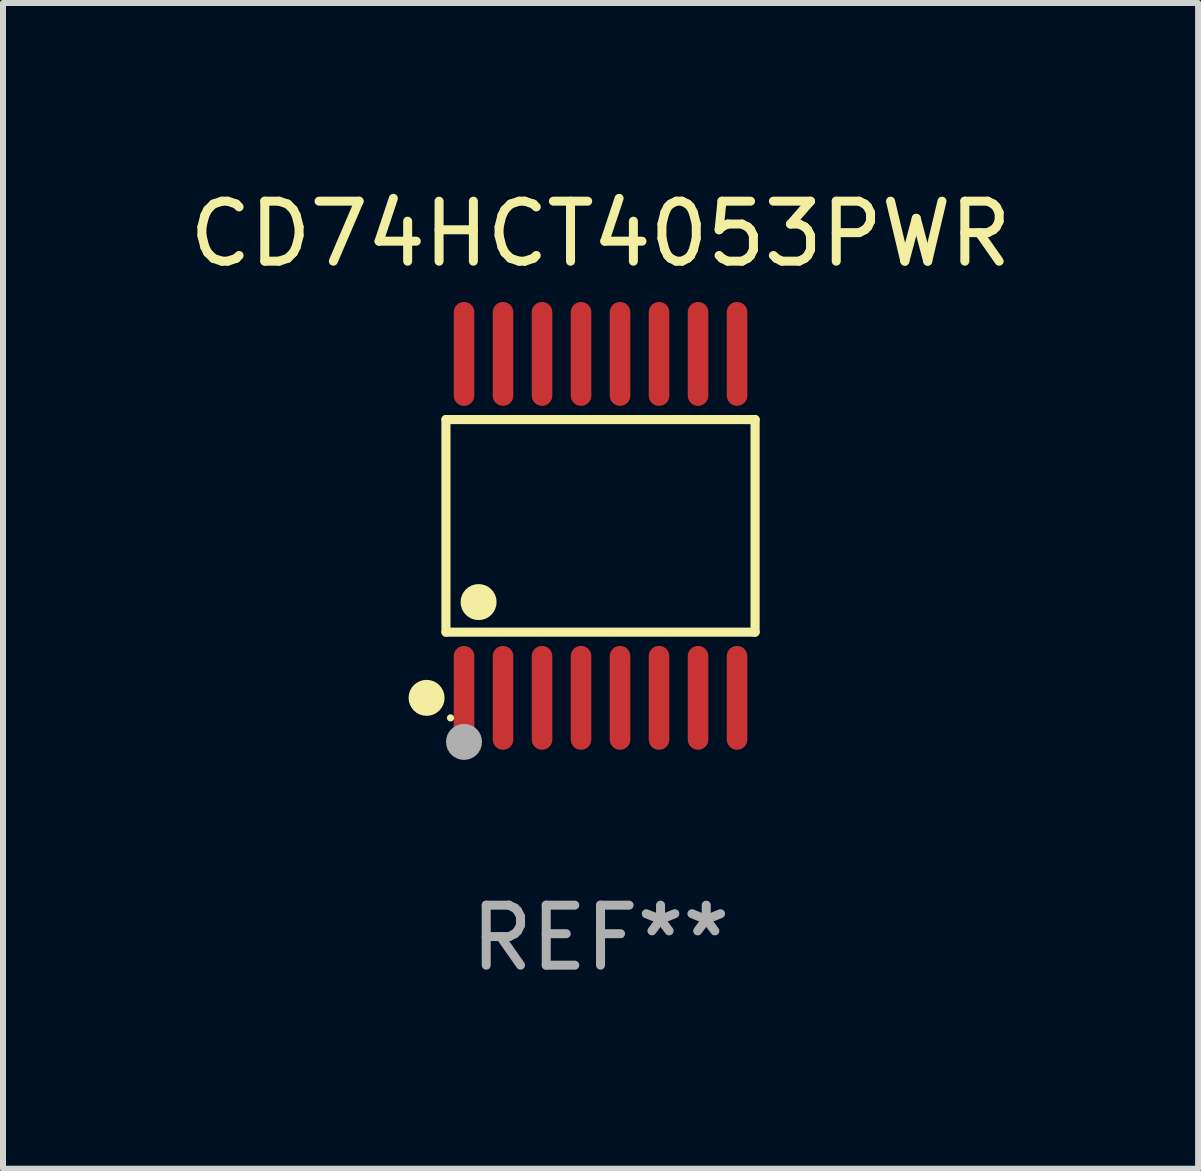
<source format=kicad_pcb>
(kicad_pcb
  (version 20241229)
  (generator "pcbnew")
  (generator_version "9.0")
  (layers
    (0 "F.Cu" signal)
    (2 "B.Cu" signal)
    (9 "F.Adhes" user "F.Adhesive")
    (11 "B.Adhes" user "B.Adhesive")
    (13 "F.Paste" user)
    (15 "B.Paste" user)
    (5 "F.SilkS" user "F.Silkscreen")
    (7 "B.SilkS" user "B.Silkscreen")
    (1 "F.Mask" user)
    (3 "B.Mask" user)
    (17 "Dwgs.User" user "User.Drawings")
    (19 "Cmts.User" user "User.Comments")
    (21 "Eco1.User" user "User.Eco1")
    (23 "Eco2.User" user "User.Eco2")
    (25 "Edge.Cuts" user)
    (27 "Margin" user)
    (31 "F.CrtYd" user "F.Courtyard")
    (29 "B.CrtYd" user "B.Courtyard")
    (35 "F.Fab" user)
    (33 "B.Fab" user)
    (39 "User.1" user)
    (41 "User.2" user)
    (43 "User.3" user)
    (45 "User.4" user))
  (footprint "CD74HCT4053PWR"
    (layer "F.Cu")
    (at 6.958 5.714)
    (property "Reference" "CD74HCT4053PWR" (at 0 -4.866 0) (layer "F.SilkS") (effects (font (size 1 1) (thickness 0.15))))
    (attr through_hole)
    (fp_line (start -2.576 -1.772) (end 2.576 -1.772) (stroke (width 0.152) (type solid)) (layer "F.SilkS"))
    (fp_line (start -2.576 1.771) (end -2.576 -1.772) (stroke (width 0.152) (type solid)) (layer "F.SilkS"))
    (fp_line (start 2.576 -1.772) (end 2.576 1.771) (stroke (width 0.152) (type solid)) (layer "F.SilkS"))
    (fp_line (start 2.576 1.771) (end -2.576 1.771) (stroke (width 0.152) (type solid)) (layer "F.SilkS"))
    (fp_circle (center -2.899 2.866) (end -2.749 2.866) (stroke (width 0.3) (type solid)) (fill no) (layer "F.SilkS"))
    (fp_circle (center -2.5 3.2) (end -2.47 3.2) (stroke (width 0.06) (type solid)) (fill no) (layer "F.SilkS"))
    (fp_circle (center -2.032 1.27) (end -1.882 1.27) (stroke (width 0.3) (type solid)) (fill no) (layer "F.SilkS"))
    (fp_circle (center -2.275 3.6) (end -2.125 3.6) (stroke (width 0.3) (type solid)) (fill no) (layer "F.Fab"))
    (fp_text user "REF**" (at 0 6.866 0) (layer "F.Fab") (effects (font (size 1 1) (thickness 0.15))))
    (pad "1" smd oval (at -2.275 2.866) (size 0.343 1.731) (layers "F.Cu" "F.Mask" "F.Paste"))
    (pad "2" smd oval (at -1.625 2.866) (size 0.343 1.731) (layers "F.Cu" "F.Mask" "F.Paste"))
    (pad "3" smd oval (at -0.975 2.866) (size 0.343 1.731) (layers "F.Cu" "F.Mask" "F.Paste"))
    (pad "4" smd oval (at -0.325 2.866) (size 0.343 1.731) (layers "F.Cu" "F.Mask" "F.Paste"))
    (pad "5" smd oval (at 0.325 2.866) (size 0.343 1.731) (layers "F.Cu" "F.Mask" "F.Paste"))
    (pad "6" smd oval (at 0.975 2.866) (size 0.343 1.731) (layers "F.Cu" "F.Mask" "F.Paste"))
    (pad "7" smd oval (at 1.625 2.866) (size 0.343 1.731) (layers "F.Cu" "F.Mask" "F.Paste"))
    (pad "8" smd oval (at 2.275 2.866) (size 0.343 1.731) (layers "F.Cu" "F.Mask" "F.Paste"))
    (pad "9" smd oval (at 2.275 -2.866) (size 0.343 1.731) (layers "F.Cu" "F.Mask" "F.Paste"))
    (pad "10" smd oval (at 1.625 -2.866) (size 0.343 1.731) (layers "F.Cu" "F.Mask" "F.Paste"))
    (pad "11" smd oval (at 0.975 -2.866) (size 0.343 1.731) (layers "F.Cu" "F.Mask" "F.Paste"))
    (pad "12" smd oval (at 0.325 -2.866) (size 0.343 1.731) (layers "F.Cu" "F.Mask" "F.Paste"))
    (pad "13" smd oval (at -0.325 -2.866) (size 0.343 1.731) (layers "F.Cu" "F.Mask" "F.Paste"))
    (pad "14" smd oval (at -0.975 -2.866) (size 0.343 1.731) (layers "F.Cu" "F.Mask" "F.Paste"))
    (pad "15" smd oval (at -1.625 -2.866) (size 0.343 1.731) (layers "F.Cu" "F.Mask" "F.Paste"))
    (pad "16" smd oval (at -2.275 -2.866) (size 0.343 1.731) (layers "F.Cu" "F.Mask" "F.Paste")))
  (gr_rect
    (start -3 -3)
    (end 16.917 16.428)
    (stroke (width 0.1) (type default))
    (fill no)
    (layer "Edge.Cuts")))
</source>
